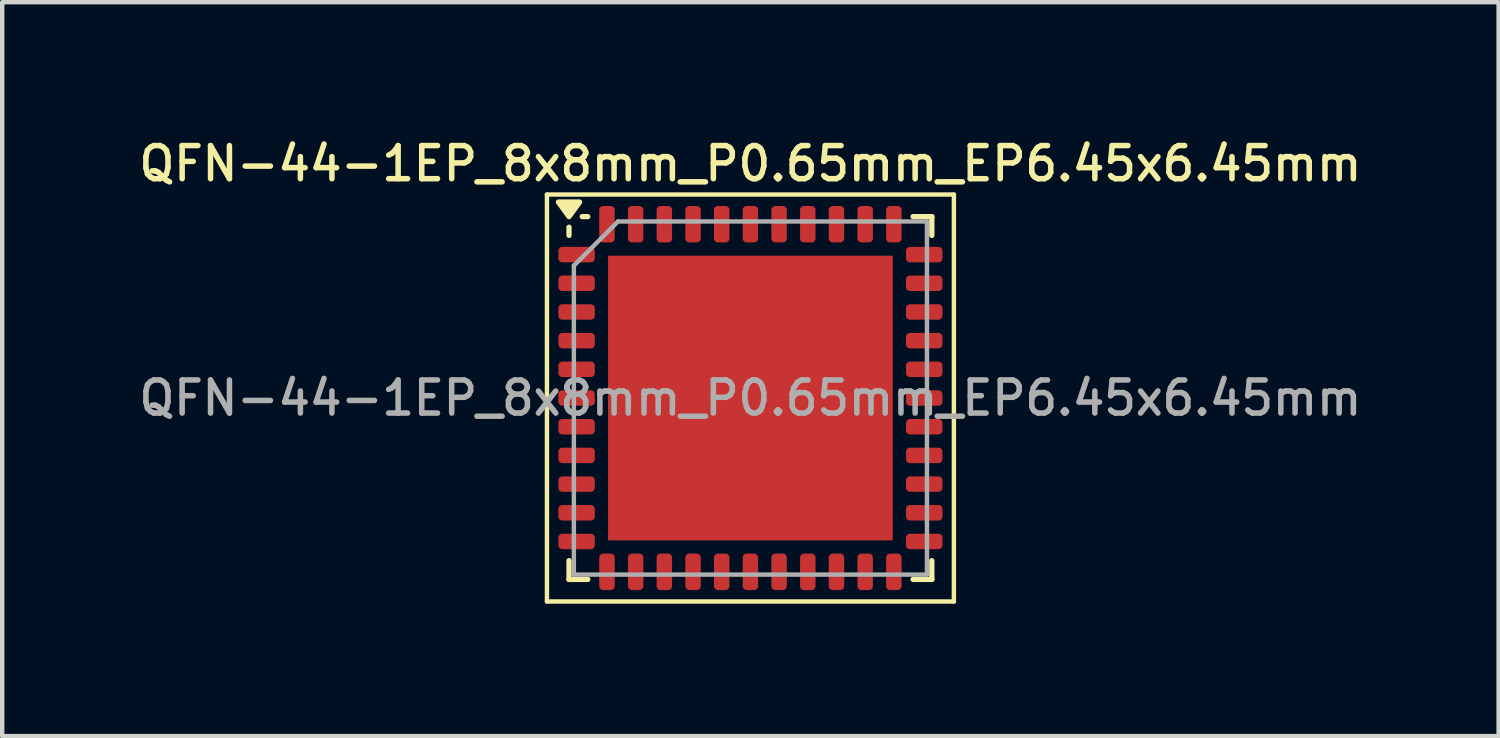
<source format=kicad_pcb>
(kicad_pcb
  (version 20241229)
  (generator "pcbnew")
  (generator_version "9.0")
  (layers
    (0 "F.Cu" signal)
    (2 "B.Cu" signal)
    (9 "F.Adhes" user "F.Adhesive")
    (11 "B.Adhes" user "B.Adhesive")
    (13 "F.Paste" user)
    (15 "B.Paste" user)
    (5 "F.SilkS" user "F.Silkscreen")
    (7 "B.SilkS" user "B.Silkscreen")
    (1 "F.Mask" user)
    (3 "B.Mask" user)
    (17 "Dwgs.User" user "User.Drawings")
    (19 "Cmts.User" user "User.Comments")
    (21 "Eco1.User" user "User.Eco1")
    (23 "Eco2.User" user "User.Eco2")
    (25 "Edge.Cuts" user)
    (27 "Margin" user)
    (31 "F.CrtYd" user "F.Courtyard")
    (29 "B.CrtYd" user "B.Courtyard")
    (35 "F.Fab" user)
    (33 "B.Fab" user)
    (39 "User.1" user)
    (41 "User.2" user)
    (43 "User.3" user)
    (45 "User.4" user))
  (footprint "QFN-44-1EP_8x8mm_P0.65mm_EP6.45x6.45mm"
    (layer "F.Cu")
    (at 13.952 5.968)
    (property "Reference" "QFN-44-1EP_8x8mm_P0.65mm_EP6.45x6.45mm" (at 0 -5.31 0) (layer "F.SilkS") (effects (font (size 0.75 0.75) (thickness 0.125))))
    (attr smd)
    (fp_line (start -4.61 -4.61) (end -4.61 4.61) (stroke (width 0.1) (type solid)) (layer "F.SilkS"))
    (fp_line (start -4.61 4.61) (end 4.61 4.61) (stroke (width 0.1) (type solid)) (layer "F.SilkS"))
    (fp_line (start -4.11 -3.685) (end -4.11 -3.87) (stroke (width 0.12) (type solid)) (layer "F.SilkS"))
    (fp_line (start -4.11 4.11) (end -4.11 3.685) (stroke (width 0.12) (type solid)) (layer "F.SilkS"))
    (fp_line (start -3.685 -4.11) (end -3.81 -4.11) (stroke (width 0.12) (type solid)) (layer "F.SilkS"))
    (fp_line (start -3.685 4.11) (end -4.11 4.11) (stroke (width 0.12) (type solid)) (layer "F.SilkS"))
    (fp_line (start 3.685 -4.11) (end 4.11 -4.11) (stroke (width 0.12) (type solid)) (layer "F.SilkS"))
    (fp_line (start 3.685 4.11) (end 4.11 4.11) (stroke (width 0.12) (type solid)) (layer "F.SilkS"))
    (fp_line (start 4.11 -4.11) (end 4.11 -3.685) (stroke (width 0.12) (type solid)) (layer "F.SilkS"))
    (fp_line (start 4.11 4.11) (end 4.11 3.685) (stroke (width 0.12) (type solid)) (layer "F.SilkS"))
    (fp_line (start 4.61 -4.61) (end -4.61 -4.61) (stroke (width 0.1) (type solid)) (layer "F.SilkS"))
    (fp_line (start 4.61 4.61) (end 4.61 -4.61) (stroke (width 0.1) (type solid)) (layer "F.SilkS"))
    (fp_poly (pts (xy -4.11 -4.11) (xy -4.35 -4.44) (xy -3.87 -4.44) (xy -4.11 -4.11)) (stroke (width 0.12) (type solid)) (fill yes) (layer "F.SilkS"))
    (fp_line (start -4 -3) (end -3 -4) (stroke (width 0.1) (type solid)) (layer "F.Fab"))
    (fp_line (start -4 4) (end -4 -3) (stroke (width 0.1) (type solid)) (layer "F.Fab"))
    (fp_line (start -3 -4) (end 4 -4) (stroke (width 0.1) (type solid)) (layer "F.Fab"))
    (fp_line (start 4 -4) (end 4 4) (stroke (width 0.1) (type solid)) (layer "F.Fab"))
    (fp_line (start 4 4) (end -4 4) (stroke (width 0.1) (type solid)) (layer "F.Fab"))
    (fp_text user "${REFERENCE}" (at 0 0 0) (layer "F.Fab") (effects (font (size 0.75 0.75) (thickness 0.125))))
    (pad "" smd roundrect (at -2.58 -2.58) (size 1.04 1.04) (layers "F.Paste") (roundrect_rratio 0.24))
    (pad "" smd roundrect (at -2.58 -1.29) (size 1.04 1.04) (layers "F.Paste") (roundrect_rratio 0.24))
    (pad "" smd roundrect (at -2.58 0) (size 1.04 1.04) (layers "F.Paste") (roundrect_rratio 0.24))
    (pad "" smd roundrect (at -2.58 1.29) (size 1.04 1.04) (layers "F.Paste") (roundrect_rratio 0.24))
    (pad "" smd roundrect (at -2.58 2.58) (size 1.04 1.04) (layers "F.Paste") (roundrect_rratio 0.24))
    (pad "" smd roundrect (at -1.29 -2.58) (size 1.04 1.04) (layers "F.Paste") (roundrect_rratio 0.24))
    (pad "" smd roundrect (at -1.29 -1.29) (size 1.04 1.04) (layers "F.Paste") (roundrect_rratio 0.24))
    (pad "" smd roundrect (at -1.29 0) (size 1.04 1.04) (layers "F.Paste") (roundrect_rratio 0.24))
    (pad "" smd roundrect (at -1.29 1.29) (size 1.04 1.04) (layers "F.Paste") (roundrect_rratio 0.24))
    (pad "" smd roundrect (at -1.29 2.58) (size 1.04 1.04) (layers "F.Paste") (roundrect_rratio 0.24))
    (pad "" smd roundrect (at 0 -2.58) (size 1.04 1.04) (layers "F.Paste") (roundrect_rratio 0.24))
    (pad "" smd roundrect (at 0 -1.29) (size 1.04 1.04) (layers "F.Paste") (roundrect_rratio 0.24))
    (pad "" smd roundrect (at 0 0) (size 1.04 1.04) (layers "F.Paste") (roundrect_rratio 0.24))
    (pad "" smd roundrect (at 0 1.29) (size 1.04 1.04) (layers "F.Paste") (roundrect_rratio 0.24))
    (pad "" smd roundrect (at 0 2.58) (size 1.04 1.04) (layers "F.Paste") (roundrect_rratio 0.24))
    (pad "" smd roundrect (at 1.29 -2.58) (size 1.04 1.04) (layers "F.Paste") (roundrect_rratio 0.24))
    (pad "" smd roundrect (at 1.29 -1.29) (size 1.04 1.04) (layers "F.Paste") (roundrect_rratio 0.24))
    (pad "" smd roundrect (at 1.29 0) (size 1.04 1.04) (layers "F.Paste") (roundrect_rratio 0.24))
    (pad "" smd roundrect (at 1.29 1.29) (size 1.04 1.04) (layers "F.Paste") (roundrect_rratio 0.24))
    (pad "" smd roundrect (at 1.29 2.58) (size 1.04 1.04) (layers "F.Paste") (roundrect_rratio 0.24))
    (pad "" smd roundrect (at 2.58 -2.58) (size 1.04 1.04) (layers "F.Paste") (roundrect_rratio 0.24))
    (pad "" smd roundrect (at 2.58 -1.29) (size 1.04 1.04) (layers "F.Paste") (roundrect_rratio 0.24))
    (pad "" smd roundrect (at 2.58 0) (size 1.04 1.04) (layers "F.Paste") (roundrect_rratio 0.24))
    (pad "" smd roundrect (at 2.58 1.29) (size 1.04 1.04) (layers "F.Paste") (roundrect_rratio 0.24))
    (pad "" smd roundrect (at 2.58 2.58) (size 1.04 1.04) (layers "F.Paste") (roundrect_rratio 0.24))
    (pad "1" smd roundrect (at -3.938 -3.25) (size 0.825 0.35) (layers "F.Cu" "F.Mask" "F.Paste") (roundrect_rratio 0.25))
    (pad "2" smd roundrect (at -3.938 -2.6) (size 0.825 0.35) (layers "F.Cu" "F.Mask" "F.Paste") (roundrect_rratio 0.25))
    (pad "3" smd roundrect (at -3.938 -1.95) (size 0.825 0.35) (layers "F.Cu" "F.Mask" "F.Paste") (roundrect_rratio 0.25))
    (pad "4" smd roundrect (at -3.938 -1.3) (size 0.825 0.35) (layers "F.Cu" "F.Mask" "F.Paste") (roundrect_rratio 0.25))
    (pad "5" smd roundrect (at -3.938 -0.65) (size 0.825 0.35) (layers "F.Cu" "F.Mask" "F.Paste") (roundrect_rratio 0.25))
    (pad "6" smd roundrect (at -3.938 0) (size 0.825 0.35) (layers "F.Cu" "F.Mask" "F.Paste") (roundrect_rratio 0.25))
    (pad "7" smd roundrect (at -3.938 0.65) (size 0.825 0.35) (layers "F.Cu" "F.Mask" "F.Paste") (roundrect_rratio 0.25))
    (pad "8" smd roundrect (at -3.938 1.3) (size 0.825 0.35) (layers "F.Cu" "F.Mask" "F.Paste") (roundrect_rratio 0.25))
    (pad "9" smd roundrect (at -3.938 1.95) (size 0.825 0.35) (layers "F.Cu" "F.Mask" "F.Paste") (roundrect_rratio 0.25))
    (pad "10" smd roundrect (at -3.938 2.6) (size 0.825 0.35) (layers "F.Cu" "F.Mask" "F.Paste") (roundrect_rratio 0.25))
    (pad "11" smd roundrect (at -3.938 3.25) (size 0.825 0.35) (layers "F.Cu" "F.Mask" "F.Paste") (roundrect_rratio 0.25))
    (pad "12" smd roundrect (at -3.25 3.938) (size 0.35 0.825) (layers "F.Cu" "F.Mask" "F.Paste") (roundrect_rratio 0.25))
    (pad "13" smd roundrect (at -2.6 3.938) (size 0.35 0.825) (layers "F.Cu" "F.Mask" "F.Paste") (roundrect_rratio 0.25))
    (pad "14" smd roundrect (at -1.95 3.938) (size 0.35 0.825) (layers "F.Cu" "F.Mask" "F.Paste") (roundrect_rratio 0.25))
    (pad "15" smd roundrect (at -1.3 3.938) (size 0.35 0.825) (layers "F.Cu" "F.Mask" "F.Paste") (roundrect_rratio 0.25))
    (pad "16" smd roundrect (at -0.65 3.938) (size 0.35 0.825) (layers "F.Cu" "F.Mask" "F.Paste") (roundrect_rratio 0.25))
    (pad "17" smd roundrect (at 0 3.938) (size 0.35 0.825) (layers "F.Cu" "F.Mask" "F.Paste") (roundrect_rratio 0.25))
    (pad "18" smd roundrect (at 0.65 3.938) (size 0.35 0.825) (layers "F.Cu" "F.Mask" "F.Paste") (roundrect_rratio 0.25))
    (pad "19" smd roundrect (at 1.3 3.938) (size 0.35 0.825) (layers "F.Cu" "F.Mask" "F.Paste") (roundrect_rratio 0.25))
    (pad "20" smd roundrect (at 1.95 3.938) (size 0.35 0.825) (layers "F.Cu" "F.Mask" "F.Paste") (roundrect_rratio 0.25))
    (pad "21" smd roundrect (at 2.6 3.938) (size 0.35 0.825) (layers "F.Cu" "F.Mask" "F.Paste") (roundrect_rratio 0.25))
    (pad "22" smd roundrect (at 3.25 3.938) (size 0.35 0.825) (layers "F.Cu" "F.Mask" "F.Paste") (roundrect_rratio 0.25))
    (pad "23" smd roundrect (at 3.938 3.25) (size 0.825 0.35) (layers "F.Cu" "F.Mask" "F.Paste") (roundrect_rratio 0.25))
    (pad "24" smd roundrect (at 3.938 2.6) (size 0.825 0.35) (layers "F.Cu" "F.Mask" "F.Paste") (roundrect_rratio 0.25))
    (pad "25" smd roundrect (at 3.938 1.95) (size 0.825 0.35) (layers "F.Cu" "F.Mask" "F.Paste") (roundrect_rratio 0.25))
    (pad "26" smd roundrect (at 3.938 1.3) (size 0.825 0.35) (layers "F.Cu" "F.Mask" "F.Paste") (roundrect_rratio 0.25))
    (pad "27" smd roundrect (at 3.938 0.65) (size 0.825 0.35) (layers "F.Cu" "F.Mask" "F.Paste") (roundrect_rratio 0.25))
    (pad "28" smd roundrect (at 3.938 0) (size 0.825 0.35) (layers "F.Cu" "F.Mask" "F.Paste") (roundrect_rratio 0.25))
    (pad "29" smd roundrect (at 3.938 -0.65) (size 0.825 0.35) (layers "F.Cu" "F.Mask" "F.Paste") (roundrect_rratio 0.25))
    (pad "30" smd roundrect (at 3.938 -1.3) (size 0.825 0.35) (layers "F.Cu" "F.Mask" "F.Paste") (roundrect_rratio 0.25))
    (pad "31" smd roundrect (at 3.938 -1.95) (size 0.825 0.35) (layers "F.Cu" "F.Mask" "F.Paste") (roundrect_rratio 0.25))
    (pad "32" smd roundrect (at 3.938 -2.6) (size 0.825 0.35) (layers "F.Cu" "F.Mask" "F.Paste") (roundrect_rratio 0.25))
    (pad "33" smd roundrect (at 3.938 -3.25) (size 0.825 0.35) (layers "F.Cu" "F.Mask" "F.Paste") (roundrect_rratio 0.25))
    (pad "34" smd roundrect (at 3.25 -3.938) (size 0.35 0.825) (layers "F.Cu" "F.Mask" "F.Paste") (roundrect_rratio 0.25))
    (pad "35" smd roundrect (at 2.6 -3.938) (size 0.35 0.825) (layers "F.Cu" "F.Mask" "F.Paste") (roundrect_rratio 0.25))
    (pad "36" smd roundrect (at 1.95 -3.938) (size 0.35 0.825) (layers "F.Cu" "F.Mask" "F.Paste") (roundrect_rratio 0.25))
    (pad "37" smd roundrect (at 1.3 -3.938) (size 0.35 0.825) (layers "F.Cu" "F.Mask" "F.Paste") (roundrect_rratio 0.25))
    (pad "38" smd roundrect (at 0.65 -3.938) (size 0.35 0.825) (layers "F.Cu" "F.Mask" "F.Paste") (roundrect_rratio 0.25))
    (pad "39" smd roundrect (at 0 -3.938) (size 0.35 0.825) (layers "F.Cu" "F.Mask" "F.Paste") (roundrect_rratio 0.25))
    (pad "40" smd roundrect (at -0.65 -3.938) (size 0.35 0.825) (layers "F.Cu" "F.Mask" "F.Paste") (roundrect_rratio 0.25))
    (pad "41" smd roundrect (at -1.3 -3.938) (size 0.35 0.825) (layers "F.Cu" "F.Mask" "F.Paste") (roundrect_rratio 0.25))
    (pad "42" smd roundrect (at -1.95 -3.938) (size 0.35 0.825) (layers "F.Cu" "F.Mask" "F.Paste") (roundrect_rratio 0.25))
    (pad "43" smd roundrect (at -2.6 -3.938) (size 0.35 0.825) (layers "F.Cu" "F.Mask" "F.Paste") (roundrect_rratio 0.25))
    (pad "44" smd roundrect (at -3.25 -3.938) (size 0.35 0.825) (layers "F.Cu" "F.Mask" "F.Paste") (roundrect_rratio 0.25))
    (pad "45" smd rect (at 0 0) (size 6.45 6.45) (property pad_prop_heatsink) (layers "F.Cu" "F.Mask")))
  (gr_rect
    (start -3 -3)
    (end 30.904 13.628)
    (stroke (width 0.1) (type default))
    (fill no)
    (layer "Edge.Cuts")))
</source>
